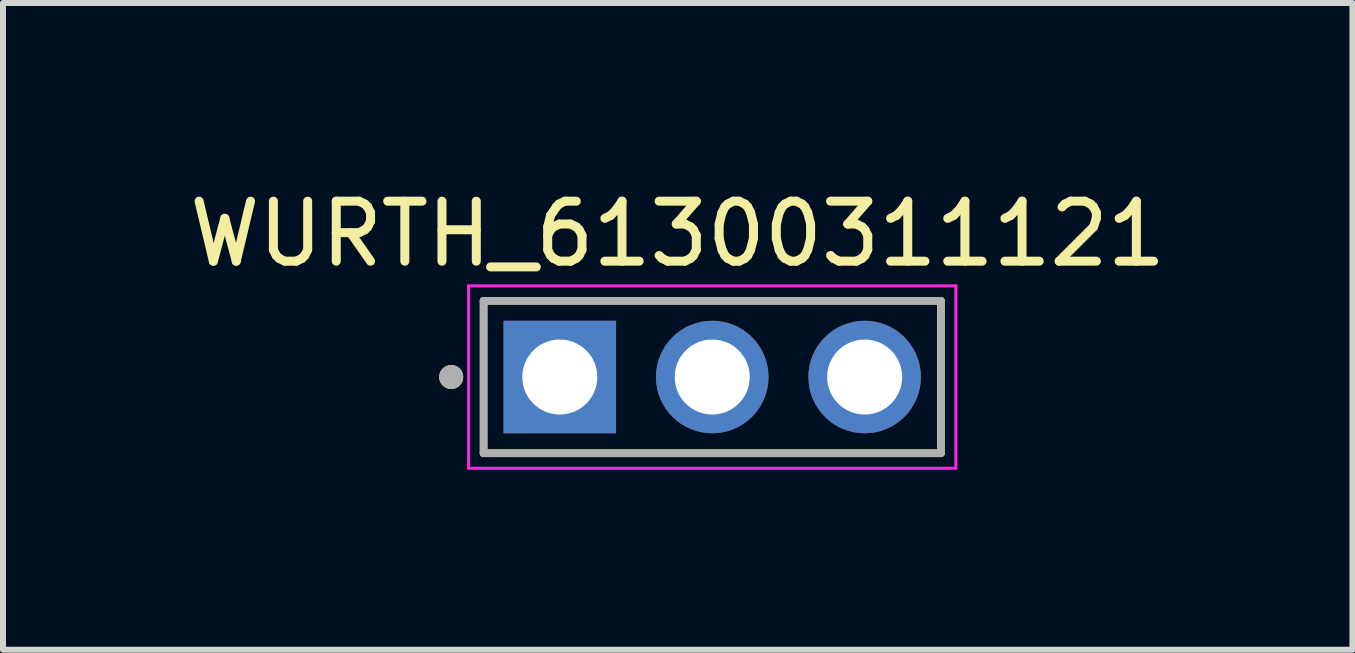
<source format=kicad_pcb>
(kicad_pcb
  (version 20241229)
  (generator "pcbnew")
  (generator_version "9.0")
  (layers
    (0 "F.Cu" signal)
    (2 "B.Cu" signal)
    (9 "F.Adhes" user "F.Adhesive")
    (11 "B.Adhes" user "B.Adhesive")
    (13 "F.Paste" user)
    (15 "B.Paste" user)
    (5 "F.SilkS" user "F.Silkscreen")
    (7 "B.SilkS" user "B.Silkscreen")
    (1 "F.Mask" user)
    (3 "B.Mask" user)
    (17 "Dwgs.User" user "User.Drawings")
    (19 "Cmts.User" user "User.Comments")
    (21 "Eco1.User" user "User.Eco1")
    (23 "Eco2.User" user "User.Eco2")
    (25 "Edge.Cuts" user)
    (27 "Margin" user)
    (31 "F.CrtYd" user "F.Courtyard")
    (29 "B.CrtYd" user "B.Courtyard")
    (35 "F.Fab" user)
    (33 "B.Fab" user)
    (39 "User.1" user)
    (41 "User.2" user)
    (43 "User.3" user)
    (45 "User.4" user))
  (footprint "WURTH_61300311121"
    (layer "F.Cu")
    (at 8.819 3.233)
    (property "Reference" "WURTH_61300311121" (at -0.575 -2.385 0) (layer "F.SilkS") (effects (font (size 1 1) (thickness 0.15))))
    (attr through_hole)
    (fp_line (start -3.81 -1.27) (end 3.81 -1.27) (stroke (width 0.127) (type solid)) (layer "F.SilkS"))
    (fp_line (start -3.81 1.27) (end -3.81 -1.27) (stroke (width 0.127) (type solid)) (layer "F.SilkS"))
    (fp_line (start 3.81 -1.27) (end 3.81 1.27) (stroke (width 0.127) (type solid)) (layer "F.SilkS"))
    (fp_line (start 3.81 1.27) (end -3.81 1.27) (stroke (width 0.127) (type solid)) (layer "F.SilkS"))
    (fp_circle (center -4.35 0) (end -4.25 0) (stroke (width 0.2) (type solid)) (fill no) (layer "F.SilkS"))
    (fp_line (start -4.06 -1.52) (end 4.06 -1.52) (stroke (width 0.05) (type solid)) (layer "F.CrtYd"))
    (fp_line (start -4.06 1.52) (end -4.06 -1.52) (stroke (width 0.05) (type solid)) (layer "F.CrtYd"))
    (fp_line (start 4.06 -1.52) (end 4.06 1.52) (stroke (width 0.05) (type solid)) (layer "F.CrtYd"))
    (fp_line (start 4.06 1.52) (end -4.06 1.52) (stroke (width 0.05) (type solid)) (layer "F.CrtYd"))
    (fp_line (start -3.81 -1.27) (end 3.81 -1.27) (stroke (width 0.127) (type solid)) (layer "F.Fab"))
    (fp_line (start -3.81 1.27) (end -3.81 -1.27) (stroke (width 0.127) (type solid)) (layer "F.Fab"))
    (fp_line (start 3.81 -1.27) (end 3.81 1.27) (stroke (width 0.127) (type solid)) (layer "F.Fab"))
    (fp_line (start 3.81 1.27) (end -3.81 1.27) (stroke (width 0.127) (type solid)) (layer "F.Fab"))
    (fp_circle (center -4.35 0) (end -4.25 0) (stroke (width 0.2) (type solid)) (fill no) (layer "F.Fab"))
    (pad "1" thru_hole rect (at -2.54 0) (size 1.875 1.875) (drill 1.25) (layers "*.Cu" "*.Mask"))
    (pad "2" thru_hole circle (at 0 0) (size 1.875 1.875) (drill 1.25) (layers "*.Cu" "*.Mask"))
    (pad "3" thru_hole circle (at 2.54 0) (size 1.875 1.875) (drill 1.25) (layers "*.Cu" "*.Mask")))
  (gr_rect
    (start -3 -3)
    (end 19.488 7.778)
    (stroke (width 0.1) (type default))
    (fill no)
    (layer "Edge.Cuts")))
</source>
